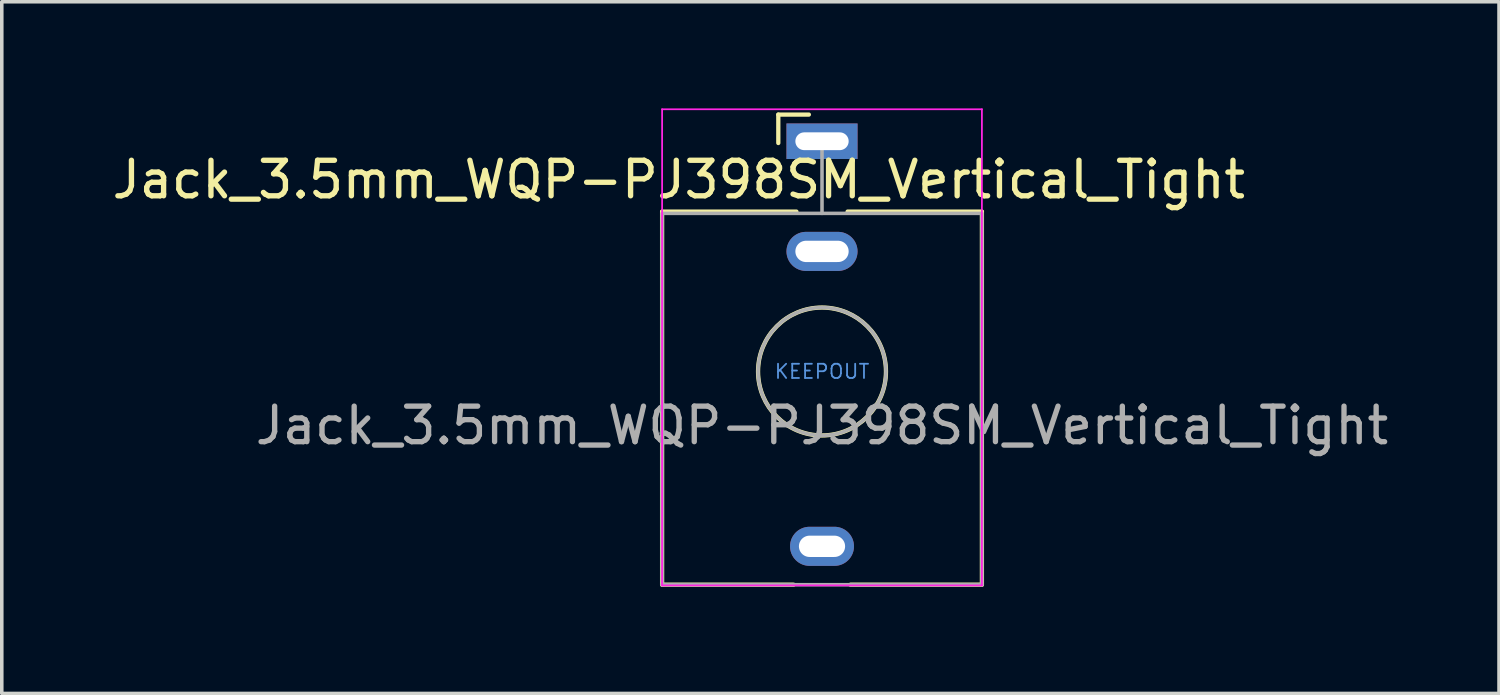
<source format=kicad_pcb>
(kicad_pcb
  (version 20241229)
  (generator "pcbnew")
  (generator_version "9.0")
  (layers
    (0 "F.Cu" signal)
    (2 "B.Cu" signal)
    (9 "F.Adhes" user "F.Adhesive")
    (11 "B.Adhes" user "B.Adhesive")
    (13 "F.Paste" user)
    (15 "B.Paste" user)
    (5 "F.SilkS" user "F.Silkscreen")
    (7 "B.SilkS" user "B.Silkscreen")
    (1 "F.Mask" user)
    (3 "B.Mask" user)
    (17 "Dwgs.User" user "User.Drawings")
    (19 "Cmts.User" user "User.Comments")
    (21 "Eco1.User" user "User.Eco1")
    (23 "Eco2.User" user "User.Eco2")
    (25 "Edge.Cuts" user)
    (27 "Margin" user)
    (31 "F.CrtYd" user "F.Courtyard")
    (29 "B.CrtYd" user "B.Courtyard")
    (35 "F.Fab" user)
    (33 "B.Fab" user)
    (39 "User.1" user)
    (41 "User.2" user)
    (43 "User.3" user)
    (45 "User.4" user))
  (footprint "Jack_3.5mm_WQP-PJ398SM_Vertical_Tight"
    (layer "F.Cu")
    (at 20.084 0.925)
    (property "Reference" "Jack_3.5mm_WQP-PJ398SM_Vertical_Tight" (at -4.03 1.08 180) (layer "F.SilkS") (effects (font (size 1 1) (thickness 0.15))))
    (attr through_hole)
    (fp_line (start -4.5 1.98) (end -4.5 12.48) (stroke (width 0.12) (type solid)) (layer "F.SilkS"))
    (fp_line (start -1.23 -0.75) (end -1.23 0.05) (stroke (width 0.12) (type solid)) (layer "F.SilkS"))
    (fp_line (start -1.23 -0.75) (end -0.37 -0.75) (stroke (width 0.12) (type solid)) (layer "F.SilkS"))
    (fp_line (start -0.8 12.48) (end -4.5 12.48) (stroke (width 0.12) (type solid)) (layer "F.SilkS"))
    (fp_line (start -0.72 1.98) (end -4.5 1.98) (stroke (width 0.12) (type solid)) (layer "F.SilkS"))
    (fp_line (start 4.5 1.98) (end 0.72 1.98) (stroke (width 0.12) (type solid)) (layer "F.SilkS"))
    (fp_line (start 4.5 1.98) (end 4.5 12.48) (stroke (width 0.12) (type solid)) (layer "F.SilkS"))
    (fp_line (start 4.5 12.48) (end 0.8 12.48) (stroke (width 0.12) (type solid)) (layer "F.SilkS"))
    (fp_circle (center 0 6.48) (end 1.8 6.48) (stroke (width 0.12) (type solid)) (fill no) (layer "F.SilkS"))
    (fp_line (start -4.5 12.5) (end -4.5 -0.9) (stroke (width 0.05) (type solid)) (layer "F.CrtYd"))
    (fp_line (start 4.5 -0.9) (end -4.5 -0.9) (stroke (width 0.05) (type solid)) (layer "F.CrtYd"))
    (fp_line (start 4.5 12.5) (end -4.5 12.5) (stroke (width 0.05) (type solid)) (layer "F.CrtYd"))
    (fp_line (start 4.5 12.5) (end 4.5 -0.9) (stroke (width 0.05) (type solid)) (layer "F.CrtYd"))
    (fp_line (start -4.5 12.48) (end -4.5 2.08) (stroke (width 0.1) (type solid)) (layer "F.Fab"))
    (fp_line (start 0 0) (end 0 2.03) (stroke (width 0.1) (type solid)) (layer "F.Fab"))
    (fp_line (start 4.5 2.03) (end -4.5 2.03) (stroke (width 0.1) (type solid)) (layer "F.Fab"))
    (fp_line (start 4.5 12.48) (end -4.5 12.48) (stroke (width 0.1) (type solid)) (layer "F.Fab"))
    (fp_line (start 4.5 12.48) (end 4.5 2.08) (stroke (width 0.1) (type solid)) (layer "F.Fab"))
    (fp_circle (center 0 6.48) (end 1.8 6.48) (stroke (width 0.1) (type solid)) (fill no) (layer "F.Fab"))
    (fp_text user "KEEPOUT" (at 0 6.48 0) (layer "Cmts.User") (effects (font (size 0.4 0.4) (thickness 0.051))))
    (fp_text user "${REFERENCE}" (at 0 8 180) (layer "F.Fab") (effects (font (size 1 1) (thickness 0.15))))
    (pad "S" thru_hole rect (at 0 0 180) (size 2 1) (drill oval 1.5 0.5) (layers "*.Cu" "*.Mask"))
    (pad "T" thru_hole oval (at 0 11.4 180) (size 1.8 1.1) (drill oval 1.3 0.6) (layers "*.Cu" "*.Mask"))
    (pad "TN" thru_hole oval (at 0 3.1 180) (size 2 1.1) (drill oval 1.5 0.6) (layers "*.Cu" "*.Mask"))
    (zone (net_name "") (layer "F.Cu") (hatch full 0.508) (connect_pads) (min_thickness 0.254) (filled_areas_thickness no) (keepout (tracks not_allowed) (vias not_allowed) (pads not_allowed) (copperpour not_allowed) (footprints not_allowed)) (placement (enabled no)) (fill) (polygon (pts (xy 21.589 7.405) (xy 21.569 7.159) (xy 21.508 6.92) (xy 21.41 6.694) (xy 21.276 6.487) (xy 21.11 6.304) (xy 20.917 6.151) (xy 20.701 6.032) (xy 20.468 5.95) (xy 20.225 5.907) (xy 19.979 5.904) (xy 19.735 5.941) (xy 19.5 6.017) (xy 19.282 6.131) (xy 19.084 6.279) (xy 18.914 6.458) (xy 18.775 6.662) (xy 18.671 6.885) (xy 18.605 7.123) (xy 18.579 7.368) (xy 18.593 7.614) (xy 18.647 7.855) (xy 18.74 8.084) (xy 18.869 8.294) (xy 19.03 8.48) (xy 19.22 8.638) (xy 19.433 8.762) (xy 19.664 8.85) (xy 19.905 8.9) (xy 20.152 8.909) (xy 20.397 8.877) (xy 20.633 8.806) (xy 20.854 8.698) (xy 21.055 8.555) (xy 21.23 8.381) (xy 21.374 8.18) (xy 21.483 7.959) (xy 21.555 7.723) (xy 21.587 7.479)))))
  (gr_rect
    (start -3 -3)
    (end 39.137 16.465)
    (stroke (width 0.1) (type default))
    (fill no)
    (layer "Edge.Cuts")))
</source>
